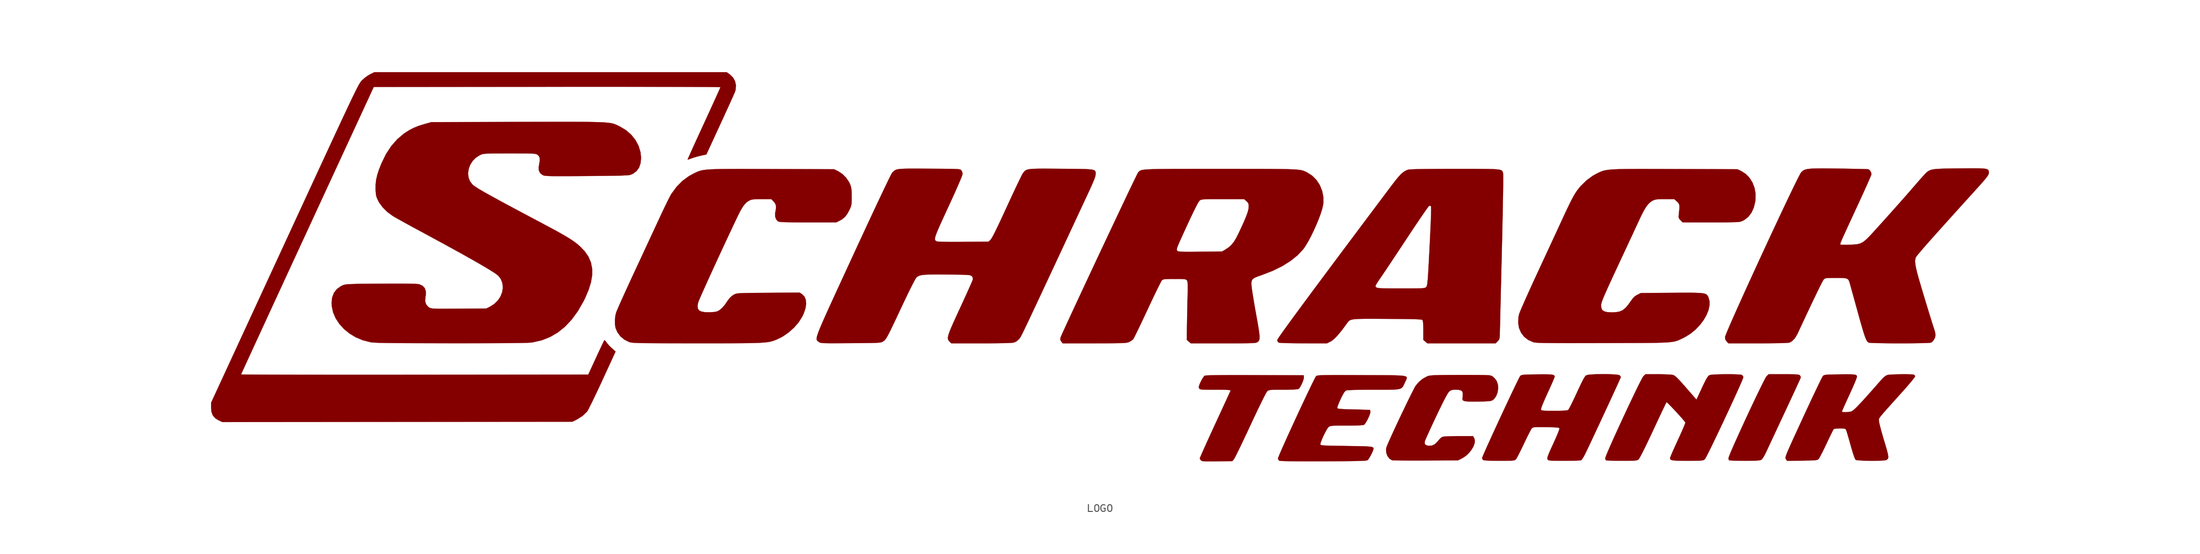
<source format=kicad_sym>
(kicad_symbol_lib
  (version 20231120)
  (generator "kicad_symbol_editor")
  (generator_version "8.0")
  (symbol "LOGO"
    (pin_names
      (offset 1.016))
    (property "Reference" "#G"
      (at 0 24.257 0)
      (effects (font (size 1.27 1.27)) (hide yes)))
    (symbol "LOGO_0_0"
      (polyline (pts (xy 77.974 -23.367) (xy 78.495 -23.363) (xy 78.885 -23.353) (xy 79.165 -23.337) (xy 79.358 -23.311) (xy 79.488 -23.276) (xy 79.577 -23.23) (xy 79.617 -23.195) (xy 79.758 -23.01) (xy 79.927 -22.732) (xy 80.093 -22.404) (xy 80.117 -22.353) (xy 80.236 -22.097) (xy 80.416 -21.711) (xy 80.649 -21.212) (xy 80.927 -20.617) (xy 81.241 -19.944) (xy 81.584 -19.21) (xy 81.947 -18.433) (xy 82.323 -17.63) (xy 82.488 -17.276) (xy 82.844 -16.512) (xy 83.177 -15.797) (xy 83.478 -15.147) (xy 83.742 -14.577) (xy 83.961 -14.101) (xy 84.129 -13.733) (xy 84.239 -13.489) (xy 84.283 -13.384) (xy 84.29 -13.271) (xy 84.198 -13.09) (xy 84.154 -13.056) (xy 84.058 -13.018) (xy 83.903 -12.991) (xy 83.667 -12.973) (xy 83.327 -12.961) (xy 82.862 -12.956) (xy 82.249 -12.954) (xy 80.436 -12.954) (xy 80.187 -13.187) (xy 80.139 -13.253) (xy 80.016 -13.468) (xy 79.838 -13.809) (xy 79.611 -14.26) (xy 79.344 -14.804) (xy 79.043 -15.425) (xy 78.718 -16.106) (xy 78.374 -16.832) (xy 78.021 -17.585) (xy 77.665 -18.35) (xy 77.315 -19.11) (xy 76.977 -19.849) (xy 76.659 -20.55) (xy 76.369 -21.196) (xy 76.115 -21.772) (xy 75.904 -22.262) (xy 75.745 -22.647) (xy 75.643 -22.913) (xy 75.607 -23.044) (xy 75.62 -23.191) (xy 75.664 -23.311) (xy 75.683 -23.318) (xy 75.838 -23.334) (xy 76.129 -23.348) (xy 76.527 -23.358) (xy 77.01 -23.365) (xy 77.55 -23.368) (xy 77.974 -23.367)) (stroke (width 0.01) (type default)) (fill (type outline)))
      (polyline (pts (xy 13.505 -23.443) (xy 14.115 -23.436) (xy 15.932 -23.41) (xy 16.116 -23.196) (xy 16.126 -23.183) (xy 16.211 -23.035) (xy 16.358 -22.752) (xy 16.558 -22.349) (xy 16.806 -21.843) (xy 17.092 -21.248) (xy 17.409 -20.581) (xy 17.75 -19.856) (xy 18.108 -19.09) (xy 18.43 -18.398) (xy 18.803 -17.608) (xy 19.142 -16.9) (xy 19.442 -16.285) (xy 19.695 -15.776) (xy 19.897 -15.386) (xy 20.042 -15.125) (xy 20.122 -15.007) (xy 20.159 -14.974) (xy 20.238 -14.918) (xy 20.338 -14.876) (xy 20.484 -14.848) (xy 20.701 -14.831) (xy 21.014 -14.821) (xy 21.446 -14.817) (xy 22.024 -14.817) (xy 22.436 -14.815) (xy 22.996 -14.804) (xy 23.435 -14.785) (xy 23.738 -14.759) (xy 23.888 -14.726) (xy 23.988 -14.632) (xy 24.137 -14.407) (xy 24.29 -14.109) (xy 24.423 -13.791) (xy 24.513 -13.503) (xy 24.536 -13.297) (xy 24.511 -13.081) (xy 18.643 -13.059) (xy 18.604 -13.059) (xy 17.327 -13.055) (xy 16.214 -13.055) (xy 15.261 -13.056) (xy 14.461 -13.061) (xy 13.811 -13.069) (xy 13.305 -13.079) (xy 12.939 -13.093) (xy 12.706 -13.11) (xy 12.603 -13.13) (xy 12.582 -13.144) (xy 12.454 -13.291) (xy 12.296 -13.539) (xy 12.136 -13.844) (xy 12.002 -14.138) (xy 11.918 -14.368) (xy 11.899 -14.523) (xy 11.935 -14.641) (xy 11.965 -14.69) (xy 12.018 -14.736) (xy 12.108 -14.768) (xy 12.259 -14.791) (xy 12.491 -14.805) (xy 12.827 -14.813) (xy 13.288 -14.816) (xy 13.897 -14.817) (xy 13.996 -14.817) (xy 14.606 -14.819) (xy 15.065 -14.827) (xy 15.39 -14.84) (xy 15.597 -14.859) (xy 15.702 -14.887) (xy 15.723 -14.922) (xy 15.717 -14.937) (xy 15.653 -15.078) (xy 15.527 -15.353) (xy 15.345 -15.748) (xy 15.116 -16.247) (xy 14.845 -16.835) (xy 14.539 -17.499) (xy 14.206 -18.222) (xy 13.851 -18.991) (xy 13.736 -19.24) (xy 13.389 -19.996) (xy 13.067 -20.703) (xy 12.775 -21.345) (xy 12.522 -21.908) (xy 12.314 -22.377) (xy 12.156 -22.736) (xy 12.057 -22.973) (xy 12.023 -23.07) (xy 12.05 -23.167) (xy 12.16 -23.324) (xy 12.216 -23.366) (xy 12.313 -23.401) (xy 12.468 -23.425) (xy 12.704 -23.439) (xy 13.042 -23.445) (xy 13.505 -23.443)) (stroke (width 0.01) (type default)) (fill (type outline)))
      (polyline (pts (xy 38.359 -23.344) (xy 39.158 -23.342) (xy 43.053 -23.326) (xy 43.531 -23.091) (xy 43.596 -23.058) (xy 44.011 -22.784) (xy 44.383 -22.44) (xy 44.693 -22.053) (xy 44.928 -21.65) (xy 45.069 -21.258) (xy 45.101 -20.904) (xy 45.008 -20.616) (xy 44.869 -20.405) (xy 43.114 -20.406) (xy 42.576 -20.409) (xy 42.005 -20.42) (xy 41.585 -20.441) (xy 41.304 -20.471) (xy 41.152 -20.512) (xy 41.055 -20.578) (xy 40.856 -20.764) (xy 40.657 -20.998) (xy 40.61 -21.058) (xy 40.275 -21.383) (xy 39.913 -21.548) (xy 39.507 -21.562) (xy 39.458 -21.555) (xy 39.192 -21.471) (xy 39.068 -21.317) (xy 39.067 -21.072) (xy 39.108 -20.955) (xy 39.215 -20.701) (xy 39.377 -20.331) (xy 39.589 -19.864) (xy 39.839 -19.318) (xy 40.121 -18.713) (xy 40.425 -18.066) (xy 40.476 -17.959) (xy 40.88 -17.115) (xy 41.22 -16.421) (xy 41.5 -15.873) (xy 41.721 -15.464) (xy 41.886 -15.192) (xy 41.997 -15.05) (xy 42.139 -14.933) (xy 42.298 -14.858) (xy 42.512 -14.824) (xy 42.838 -14.817) (xy 43.131 -14.827) (xy 43.423 -14.89) (xy 43.589 -15.03) (xy 43.651 -15.271) (xy 43.633 -15.636) (xy 43.609 -15.87) (xy 43.618 -16.027) (xy 43.684 -16.112) (xy 43.825 -16.175) (xy 43.838 -16.18) (xy 44.051 -16.215) (xy 44.417 -16.238) (xy 44.922 -16.247) (xy 45.551 -16.241) (xy 45.637 -16.239) (xy 46.165 -16.227) (xy 46.554 -16.211) (xy 46.832 -16.189) (xy 47.026 -16.157) (xy 47.163 -16.112) (xy 47.27 -16.052) (xy 47.415 -15.932) (xy 47.661 -15.588) (xy 47.826 -15.158) (xy 47.9 -14.686) (xy 47.873 -14.218) (xy 47.737 -13.801) (xy 47.674 -13.692) (xy 47.469 -13.425) (xy 47.253 -13.23) (xy 47.24 -13.222) (xy 47.168 -13.176) (xy 47.09 -13.139) (xy 46.99 -13.109) (xy 46.851 -13.086) (xy 46.658 -13.069) (xy 46.394 -13.056) (xy 46.043 -13.047) (xy 45.588 -13.042) (xy 45.012 -13.04) (xy 44.3 -13.039) (xy 43.435 -13.039) (xy 43.163 -13.039) (xy 42.284 -13.041) (xy 41.556 -13.045) (xy 40.963 -13.053) (xy 40.49 -13.065) (xy 40.124 -13.08) (xy 39.849 -13.101) (xy 39.65 -13.126) (xy 39.513 -13.157) (xy 39.317 -13.228) (xy 38.826 -13.501) (xy 38.365 -13.882) (xy 37.987 -14.329) (xy 37.965 -14.364) (xy 37.842 -14.581) (xy 37.663 -14.924) (xy 37.436 -15.373) (xy 37.172 -15.907) (xy 36.879 -16.508) (xy 36.568 -17.155) (xy 36.246 -17.829) (xy 35.924 -18.509) (xy 35.611 -19.177) (xy 35.317 -19.811) (xy 35.051 -20.393) (xy 34.822 -20.902) (xy 34.639 -21.318) (xy 34.513 -21.623) (xy 34.452 -21.795) (xy 34.421 -21.969) (xy 34.441 -22.392) (xy 34.58 -22.785) (xy 34.818 -23.105) (xy 35.137 -23.31) (xy 35.219 -23.318) (xy 35.458 -23.326) (xy 35.834 -23.333) (xy 36.329 -23.339) (xy 36.927 -23.342) (xy 37.609 -23.344) (xy 38.359 -23.344)) (stroke (width 0.01) (type default)) (fill (type outline)))
      (polyline (pts (xy 71.247 -23.367) (xy 71.721 -23.364) (xy 72.07 -23.357) (xy 72.318 -23.343) (xy 72.488 -23.32) (xy 72.603 -23.286) (xy 72.686 -23.239) (xy 72.76 -23.177) (xy 72.82 -23.089) (xy 72.947 -22.858) (xy 73.13 -22.505) (xy 73.36 -22.044) (xy 73.63 -21.492) (xy 73.933 -20.865) (xy 74.262 -20.181) (xy 74.607 -19.454) (xy 74.963 -18.701) (xy 75.32 -17.939) (xy 75.673 -17.183) (xy 76.012 -16.449) (xy 76.331 -15.755) (xy 76.621 -15.116) (xy 76.876 -14.548) (xy 77.088 -14.067) (xy 77.248 -13.691) (xy 77.35 -13.434) (xy 77.385 -13.314) (xy 77.355 -13.19) (xy 77.222 -13.042) (xy 77.157 -13.022) (xy 76.928 -12.993) (xy 76.58 -12.972) (xy 76.143 -12.959) (xy 75.652 -12.952) (xy 75.136 -12.953) (xy 74.629 -12.962) (xy 74.162 -12.977) (xy 73.767 -12.998) (xy 73.476 -13.027) (xy 73.321 -13.062) (xy 73.235 -13.118) (xy 73.134 -13.223) (xy 73.018 -13.39) (xy 72.877 -13.639) (xy 72.7 -13.986) (xy 72.477 -14.452) (xy 72.196 -15.055) (xy 71.755 -16.013) (xy 70.499 -14.57) (xy 70.298 -14.34) (xy 69.912 -13.905) (xy 69.612 -13.579) (xy 69.379 -13.345) (xy 69.199 -13.188) (xy 69.056 -13.091) (xy 68.933 -13.041) (xy 68.8 -13.019) (xy 68.507 -12.993) (xy 68.106 -12.973) (xy 67.632 -12.959) (xy 67.121 -12.954) (xy 65.619 -12.954) (xy 65.371 -13.187) (xy 65.322 -13.253) (xy 65.199 -13.468) (xy 65.021 -13.809) (xy 64.794 -14.26) (xy 64.527 -14.804) (xy 64.227 -15.425) (xy 63.901 -16.106) (xy 63.558 -16.832) (xy 63.205 -17.585) (xy 62.849 -18.35) (xy 62.498 -19.11) (xy 62.16 -19.849) (xy 61.842 -20.55) (xy 61.553 -21.196) (xy 61.299 -21.772) (xy 61.088 -22.262) (xy 60.928 -22.647) (xy 60.826 -22.913) (xy 60.791 -23.044) (xy 60.804 -23.191) (xy 60.847 -23.311) (xy 60.868 -23.318) (xy 61.026 -23.334) (xy 61.319 -23.348) (xy 61.72 -23.358) (xy 62.205 -23.366) (xy 62.747 -23.368) (xy 63.268 -23.368) (xy 63.748 -23.365) (xy 64.103 -23.358) (xy 64.354 -23.344) (xy 64.527 -23.321) (xy 64.643 -23.287) (xy 64.728 -23.24) (xy 64.803 -23.177) (xy 64.89 -23.055) (xy 65.041 -22.788) (xy 65.25 -22.388) (xy 65.511 -21.867) (xy 65.818 -21.235) (xy 66.166 -20.504) (xy 66.55 -19.685) (xy 66.748 -19.261) (xy 67.062 -18.589) (xy 67.351 -17.974) (xy 67.606 -17.432) (xy 67.822 -16.979) (xy 67.989 -16.632) (xy 68.1 -16.406) (xy 68.148 -16.318) (xy 68.173 -16.327) (xy 68.293 -16.428) (xy 68.493 -16.623) (xy 68.751 -16.886) (xy 69.046 -17.196) (xy 69.357 -17.531) (xy 69.663 -17.866) (xy 69.943 -18.18) (xy 70.176 -18.45) (xy 70.341 -18.653) (xy 70.416 -18.766) (xy 70.396 -18.854) (xy 70.312 -19.077) (xy 70.173 -19.413) (xy 69.988 -19.838) (xy 69.766 -20.334) (xy 69.517 -20.877) (xy 69.285 -21.379) (xy 69.057 -21.884) (xy 68.862 -22.324) (xy 68.712 -22.675) (xy 68.615 -22.918) (xy 68.58 -23.029) (xy 68.589 -23.128) (xy 68.631 -23.211) (xy 68.726 -23.272) (xy 68.892 -23.315) (xy 69.15 -23.343) (xy 69.519 -23.359) (xy 70.018 -23.366) (xy 70.666 -23.368) (xy 71.247 -23.367)) (stroke (width 0.01) (type default)) (fill (type outline)))
      (polyline (pts (xy 26.89 -23.43) (xy 27.081 -23.43) (xy 28.142 -23.425) (xy 29.048 -23.419) (xy 29.811 -23.413) (xy 30.443 -23.405) (xy 30.956 -23.396) (xy 31.361 -23.385) (xy 31.672 -23.371) (xy 31.901 -23.355) (xy 32.058 -23.336) (xy 32.157 -23.314) (xy 32.21 -23.288) (xy 32.214 -23.285) (xy 32.331 -23.138) (xy 32.484 -22.89) (xy 32.645 -22.592) (xy 32.787 -22.297) (xy 32.88 -22.056) (xy 32.906 -21.965) (xy 32.917 -21.876) (xy 32.893 -21.804) (xy 32.82 -21.747) (xy 32.682 -21.703) (xy 32.465 -21.67) (xy 32.152 -21.645) (xy 31.731 -21.627) (xy 31.184 -21.613) (xy 30.499 -21.602) (xy 29.659 -21.59) (xy 29.054 -21.581) (xy 28.356 -21.571) (xy 27.801 -21.56) (xy 27.37 -21.547) (xy 27.049 -21.533) (xy 26.821 -21.516) (xy 26.67 -21.495) (xy 26.579 -21.469) (xy 26.534 -21.437) (xy 26.516 -21.398) (xy 26.521 -21.322) (xy 26.586 -21.1) (xy 26.705 -20.793) (xy 26.861 -20.44) (xy 27.035 -20.077) (xy 27.21 -19.745) (xy 27.367 -19.482) (xy 27.489 -19.325) (xy 27.496 -19.318) (xy 27.568 -19.259) (xy 27.65 -19.214) (xy 27.766 -19.181) (xy 27.939 -19.159) (xy 28.19 -19.145) (xy 28.543 -19.138) (xy 29.02 -19.135) (xy 29.644 -19.135) (xy 30.276 -19.131) (xy 30.858 -19.12) (xy 31.309 -19.101) (xy 31.614 -19.076) (xy 31.762 -19.044) (xy 31.833 -18.982) (xy 31.979 -18.783) (xy 32.142 -18.501) (xy 32.302 -18.18) (xy 32.435 -17.867) (xy 32.521 -17.605) (xy 32.536 -17.441) (xy 32.509 -17.34) (xy 32.481 -17.255) (xy 32.453 -17.251) (xy 32.283 -17.243) (xy 31.981 -17.232) (xy 31.572 -17.219) (xy 31.078 -17.205) (xy 30.523 -17.191) (xy 30.329 -17.187) (xy 29.745 -17.171) (xy 29.305 -17.155) (xy 28.987 -17.137) (xy 28.773 -17.114) (xy 28.642 -17.086) (xy 28.575 -17.05) (xy 28.55 -17.005) (xy 28.574 -16.878) (xy 28.659 -16.633) (xy 28.792 -16.307) (xy 28.959 -15.935) (xy 29.126 -15.59) (xy 29.318 -15.238) (xy 29.474 -15.018) (xy 29.603 -14.911) (xy 29.612 -14.908) (xy 29.775 -14.879) (xy 30.089 -14.857) (xy 30.559 -14.839) (xy 31.187 -14.826) (xy 31.978 -14.819) (xy 32.935 -14.817) (xy 33.574 -14.817) (xy 34.298 -14.818) (xy 34.883 -14.814) (xy 35.346 -14.801) (xy 35.704 -14.777) (xy 35.974 -14.735) (xy 36.173 -14.673) (xy 36.318 -14.585) (xy 36.427 -14.469) (xy 36.517 -14.319) (xy 36.604 -14.131) (xy 36.706 -13.902) (xy 36.727 -13.856) (xy 36.805 -13.699) (xy 36.87 -13.565) (xy 36.911 -13.451) (xy 36.918 -13.357) (xy 36.878 -13.28) (xy 36.781 -13.218) (xy 36.615 -13.17) (xy 36.369 -13.133) (xy 36.032 -13.107) (xy 35.594 -13.089) (xy 35.042 -13.077) (xy 34.365 -13.07) (xy 33.553 -13.066) (xy 32.593 -13.063) (xy 31.476 -13.059) (xy 30.654 -13.056) (xy 29.691 -13.053) (xy 28.875 -13.051) (xy 28.193 -13.051) (xy 27.632 -13.054) (xy 27.181 -13.059) (xy 26.826 -13.066) (xy 26.555 -13.077) (xy 26.354 -13.091) (xy 26.212 -13.108) (xy 26.114 -13.13) (xy 26.05 -13.156) (xy 26.005 -13.186) (xy 25.939 -13.288) (xy 25.811 -13.528) (xy 25.629 -13.89) (xy 25.4 -14.358) (xy 25.132 -14.916) (xy 24.831 -15.548) (xy 24.506 -16.237) (xy 24.164 -16.967) (xy 23.813 -17.722) (xy 23.459 -18.486) (xy 23.111 -19.243) (xy 22.776 -19.977) (xy 22.461 -20.67) (xy 22.175 -21.308) (xy 21.923 -21.874) (xy 21.715 -22.352) (xy 21.556 -22.726) (xy 21.456 -22.979) (xy 21.421 -23.095) (xy 21.447 -23.212) (xy 21.569 -23.363) (xy 21.64 -23.378) (xy 21.883 -23.396) (xy 22.296 -23.411) (xy 22.877 -23.422) (xy 23.626 -23.43) (xy 24.545 -23.433) (xy 25.633 -23.434) (xy 26.89 -23.43)) (stroke (width 0.01) (type default)) (fill (type outline)))
      (polyline (pts (xy -84.497 -18.69) (xy -63.458 -18.669) (xy -62.992 -18.448) (xy -62.893 -18.399) (xy -62.224 -17.976) (xy -61.677 -17.453) (xy -61.622 -17.369) (xy -61.493 -17.134) (xy -61.309 -16.774) (xy -61.078 -16.307) (xy -60.808 -15.749) (xy -60.507 -15.117) (xy -60.183 -14.429) (xy -59.846 -13.701) (xy -58.245 -10.22) (xy -58.707 -9.808) (xy -58.957 -9.568) (xy -59.195 -9.307) (xy -59.355 -9.096) (xy -59.404 -9.021) (xy -59.521 -8.88) (xy -59.592 -8.849) (xy -59.638 -8.933) (xy -59.746 -9.151) (xy -59.904 -9.482) (xy -60.104 -9.906) (xy -60.335 -10.402) (xy -60.588 -10.949) (xy -61.531 -12.996) (xy -82.412 -13.018) (xy -82.878 -13.018) (xy -84.736 -13.02) (xy -86.547 -13.021) (xy -88.304 -13.021) (xy -90 -13.021) (xy -91.628 -13.021) (xy -93.18 -13.019) (xy -94.649 -13.018) (xy -96.029 -13.016) (xy -97.311 -13.014) (xy -98.489 -13.011) (xy -99.555 -13.008) (xy -100.503 -13.004) (xy -101.324 -13) (xy -102.012 -12.996) (xy -102.56 -12.991) (xy -102.96 -12.986) (xy -103.205 -12.981) (xy -103.288 -12.975) (xy -103.282 -12.96) (xy -103.218 -12.817) (xy -103.088 -12.53) (xy -102.894 -12.106) (xy -102.64 -11.552) (xy -102.329 -10.875) (xy -101.965 -10.081) (xy -101.549 -9.178) (xy -101.086 -8.172) (xy -100.579 -7.07) (xy -100.031 -5.88) (xy -99.445 -4.607) (xy -98.823 -3.26) (xy -98.171 -1.845) (xy -97.49 -0.368) (xy -96.783 1.163) (xy -96.055 2.741) (xy -95.307 4.36) (xy -87.332 21.632) (xy -66.484 21.654) (xy -66.046 21.654) (xy -64.189 21.656) (xy -62.379 21.657) (xy -60.622 21.657) (xy -58.926 21.657) (xy -57.299 21.656) (xy -55.747 21.655) (xy -54.278 21.653) (xy -52.898 21.651) (xy -51.616 21.648) (xy -50.438 21.645) (xy -49.371 21.641) (xy -48.423 21.637) (xy -47.602 21.633) (xy -46.913 21.628) (xy -46.365 21.623) (xy -45.964 21.617) (xy -45.719 21.612) (xy -45.635 21.605) (xy -45.652 21.561) (xy -45.731 21.376) (xy -45.871 21.061) (xy -46.065 20.63) (xy -46.306 20.097) (xy -46.589 19.476) (xy -46.906 18.782) (xy -47.252 18.027) (xy -47.62 17.226) (xy -47.878 16.666) (xy -48.23 15.899) (xy -48.555 15.188) (xy -48.846 14.548) (xy -49.097 13.992) (xy -49.302 13.534) (xy -49.455 13.189) (xy -49.549 12.97) (xy -49.579 12.89) (xy -49.526 12.895) (xy -49.353 12.948) (xy -49.107 13.039) (xy -49.097 13.043) (xy -48.781 13.15) (xy -48.386 13.264) (xy -47.993 13.361) (xy -47.324 13.507) (xy -45.649 17.146) (xy -45.332 17.836) (xy -45.008 18.544) (xy -44.709 19.198) (xy -44.445 19.781) (xy -44.221 20.277) (xy -44.047 20.668) (xy -43.928 20.939) (xy -43.873 21.073) (xy -43.814 21.277) (xy -43.766 21.816) (xy -43.874 22.326) (xy -44.129 22.78) (xy -44.522 23.153) (xy -44.888 23.41) (xy -66.069 23.41) (xy -87.249 23.41) (xy -87.757 23.162) (xy -88.037 22.999) (xy -88.405 22.732) (xy -88.731 22.442) (xy -88.734 22.439) (xy -88.784 22.387) (xy -88.834 22.331) (xy -88.887 22.266) (xy -88.945 22.185) (xy -89.011 22.083) (xy -89.088 21.954) (xy -89.178 21.792) (xy -89.285 21.591) (xy -89.41 21.346) (xy -89.558 21.051) (xy -89.73 20.701) (xy -89.93 20.288) (xy -90.159 19.809) (xy -90.421 19.256) (xy -90.718 18.624) (xy -91.054 17.908) (xy -91.43 17.101) (xy -91.85 16.198) (xy -92.317 15.193) (xy -92.832 14.081) (xy -93.399 12.855) (xy -94.021 11.509) (xy -94.7 10.039) (xy -95.439 8.438) (xy -96.241 6.701) (xy -97.109 4.822) (xy -98.044 2.794) (xy -106.892 -16.383) (xy -106.892 -16.982) (xy -106.847 -17.476) (xy -106.688 -17.906) (xy -106.402 -18.243) (xy -105.976 -18.506) (xy -105.537 -18.71) (xy -84.497 -18.69)) (stroke (width 0.01) (type default)) (fill (type outline)))
      (polyline (pts (xy 84.459 -23.353) (xy 84.704 -23.349) (xy 85.249 -23.339) (xy 85.656 -23.327) (xy 85.949 -23.31) (xy 86.15 -23.287) (xy 86.284 -23.256) (xy 86.372 -23.213) (xy 86.439 -23.156) (xy 86.459 -23.132) (xy 86.564 -22.963) (xy 86.721 -22.674) (xy 86.919 -22.289) (xy 87.143 -21.835) (xy 87.38 -21.336) (xy 87.463 -21.16) (xy 87.69 -20.681) (xy 87.893 -20.26) (xy 88.061 -19.919) (xy 88.181 -19.685) (xy 88.241 -19.579) (xy 88.333 -19.53) (xy 88.593 -19.488) (xy 88.997 -19.473) (xy 89.151 -19.474) (xy 89.433 -19.483) (xy 89.601 -19.511) (xy 89.694 -19.568) (xy 89.752 -19.664) (xy 89.757 -19.675) (xy 89.811 -19.835) (xy 89.9 -20.126) (xy 90.016 -20.52) (xy 90.15 -20.988) (xy 90.294 -21.502) (xy 90.376 -21.794) (xy 90.553 -22.391) (xy 90.701 -22.838) (xy 90.817 -23.129) (xy 90.9 -23.259) (xy 90.935 -23.274) (xy 91.128 -23.308) (xy 91.444 -23.334) (xy 91.852 -23.354) (xy 92.32 -23.367) (xy 92.815 -23.372) (xy 93.306 -23.37) (xy 93.759 -23.36) (xy 94.144 -23.342) (xy 94.427 -23.316) (xy 94.576 -23.281) (xy 94.639 -23.246) (xy 94.735 -23.172) (xy 94.797 -23.076) (xy 94.821 -22.936) (xy 94.806 -22.734) (xy 94.749 -22.449) (xy 94.648 -22.062) (xy 94.501 -21.553) (xy 94.306 -20.903) (xy 94.196 -20.536) (xy 94.038 -19.984) (xy 93.901 -19.485) (xy 93.794 -19.066) (xy 93.723 -18.753) (xy 93.695 -18.575) (xy 93.695 -18.562) (xy 93.689 -18.485) (xy 93.686 -18.419) (xy 93.695 -18.353) (xy 93.725 -18.274) (xy 93.786 -18.171) (xy 93.885 -18.034) (xy 94.034 -17.85) (xy 94.24 -17.608) (xy 94.513 -17.297) (xy 94.862 -16.905) (xy 95.296 -16.421) (xy 95.825 -15.833) (xy 96.457 -15.131) (xy 96.508 -15.074) (xy 96.916 -14.612) (xy 97.284 -14.188) (xy 97.594 -13.818) (xy 97.835 -13.52) (xy 97.989 -13.312) (xy 98.044 -13.211) (xy 98.025 -13.123) (xy 97.91 -13.005) (xy 97.889 -12.999) (xy 97.703 -12.977) (xy 97.393 -12.963) (xy 96.993 -12.955) (xy 96.54 -12.955) (xy 96.07 -12.961) (xy 95.617 -12.973) (xy 95.219 -12.991) (xy 94.91 -13.014) (xy 94.728 -13.041) (xy 94.673 -13.059) (xy 94.455 -13.178) (xy 94.2 -13.398) (xy 93.882 -13.739) (xy 93.219 -14.495) (xy 92.608 -15.185) (xy 92.091 -15.764) (xy 91.658 -16.24) (xy 91.301 -16.622) (xy 91.011 -16.92) (xy 90.78 -17.141) (xy 90.6 -17.295) (xy 90.461 -17.391) (xy 90.355 -17.438) (xy 90.324 -17.447) (xy 90.062 -17.494) (xy 89.775 -17.519) (xy 89.509 -17.521) (xy 89.314 -17.5) (xy 89.239 -17.453) (xy 89.268 -17.371) (xy 89.361 -17.153) (xy 89.507 -16.823) (xy 89.697 -16.401) (xy 89.921 -15.907) (xy 90.171 -15.364) (xy 90.279 -15.13) (xy 90.56 -14.505) (xy 90.783 -13.988) (xy 90.942 -13.59) (xy 91.034 -13.322) (xy 91.055 -13.194) (xy 91.027 -13.13) (xy 90.966 -13.066) (xy 90.856 -13.019) (xy 90.677 -12.987) (xy 90.41 -12.968) (xy 90.035 -12.961) (xy 89.53 -12.962) (xy 88.876 -12.97) (xy 88.724 -12.973) (xy 88.169 -12.982) (xy 87.755 -12.994) (xy 87.457 -13.01) (xy 87.252 -13.033) (xy 87.117 -13.065) (xy 87.028 -13.108) (xy 86.962 -13.166) (xy 86.957 -13.172) (xy 86.883 -13.298) (xy 86.747 -13.563) (xy 86.554 -13.952) (xy 86.312 -14.453) (xy 86.026 -15.051) (xy 85.703 -15.732) (xy 85.351 -16.484) (xy 84.974 -17.292) (xy 84.581 -18.143) (xy 84.35 -18.644) (xy 83.932 -19.551) (xy 83.578 -20.322) (xy 83.283 -20.968) (xy 83.043 -21.502) (xy 82.851 -21.934) (xy 82.703 -22.277) (xy 82.595 -22.543) (xy 82.522 -22.743) (xy 82.479 -22.889) (xy 82.46 -22.992) (xy 82.462 -23.065) (xy 82.478 -23.119) (xy 82.506 -23.165) (xy 82.646 -23.38) (xy 84.459 -23.353)) (stroke (width 0.01) (type default)) (fill (type outline)))
      (polyline (pts (xy 56.09 -23.367) (xy 56.626 -23.363) (xy 57.098 -23.355) (xy 57.48 -23.344) (xy 57.745 -23.33) (xy 57.867 -23.315) (xy 57.894 -23.297) (xy 58.012 -23.158) (xy 58.166 -22.918) (xy 58.33 -22.616) (xy 58.419 -22.436) (xy 58.582 -22.098) (xy 58.793 -21.654) (xy 59.045 -21.121) (xy 59.33 -20.514) (xy 59.641 -19.85) (xy 59.971 -19.144) (xy 60.311 -18.413) (xy 60.654 -17.674) (xy 60.994 -16.942) (xy 61.321 -16.234) (xy 61.63 -15.566) (xy 61.911 -14.954) (xy 62.158 -14.414) (xy 62.364 -13.963) (xy 62.52 -13.616) (xy 62.619 -13.39) (xy 62.653 -13.301) (xy 62.627 -13.227) (xy 62.52 -13.087) (xy 62.433 -13.049) (xy 62.192 -13.008) (xy 61.836 -12.977) (xy 61.395 -12.955) (xy 60.9 -12.943) (xy 60.382 -12.941) (xy 59.872 -12.948) (xy 59.399 -12.965) (xy 58.994 -12.992) (xy 58.688 -13.03) (xy 58.512 -13.077) (xy 58.43 -13.136) (xy 58.334 -13.248) (xy 58.218 -13.427) (xy 58.073 -13.692) (xy 57.89 -14.059) (xy 57.658 -14.547) (xy 57.369 -15.172) (xy 57.158 -15.627) (xy 56.919 -16.129) (xy 56.705 -16.565) (xy 56.527 -16.911) (xy 56.397 -17.147) (xy 56.325 -17.251) (xy 56.253 -17.282) (xy 56.054 -17.316) (xy 55.729 -17.339) (xy 55.263 -17.352) (xy 54.642 -17.357) (xy 54.211 -17.356) (xy 53.775 -17.352) (xy 53.467 -17.342) (xy 53.264 -17.325) (xy 53.142 -17.297) (xy 53.078 -17.257) (xy 53.048 -17.203) (xy 53.047 -17.194) (xy 53.076 -17.046) (xy 53.176 -16.761) (xy 53.341 -16.352) (xy 53.566 -15.831) (xy 53.847 -15.212) (xy 54.003 -14.871) (xy 54.226 -14.379) (xy 54.416 -13.949) (xy 54.564 -13.604) (xy 54.66 -13.366) (xy 54.695 -13.26) (xy 54.688 -13.187) (xy 54.647 -13.105) (xy 54.551 -13.044) (xy 54.382 -13.003) (xy 54.12 -12.977) (xy 53.746 -12.965) (xy 53.242 -12.963) (xy 52.587 -12.97) (xy 52.251 -12.975) (xy 51.718 -12.985) (xy 51.319 -12.997) (xy 51.032 -13.013) (xy 50.835 -13.036) (xy 50.705 -13.068) (xy 50.618 -13.11) (xy 50.553 -13.166) (xy 50.552 -13.168) (xy 50.485 -13.279) (xy 50.357 -13.527) (xy 50.175 -13.895) (xy 49.946 -14.368) (xy 49.678 -14.928) (xy 49.378 -15.561) (xy 49.053 -16.25) (xy 48.712 -16.979) (xy 48.361 -17.731) (xy 48.008 -18.491) (xy 47.661 -19.243) (xy 47.327 -19.971) (xy 47.013 -20.658) (xy 46.726 -21.289) (xy 46.475 -21.847) (xy 46.267 -22.316) (xy 46.109 -22.681) (xy 46.009 -22.925) (xy 45.974 -23.032) (xy 45.985 -23.102) (xy 46.076 -23.266) (xy 46.089 -23.276) (xy 46.212 -23.311) (xy 46.455 -23.337) (xy 46.831 -23.355) (xy 47.352 -23.365) (xy 48.029 -23.368) (xy 48.597 -23.367) (xy 49.066 -23.365) (xy 49.41 -23.357) (xy 49.651 -23.343) (xy 49.813 -23.32) (xy 49.918 -23.287) (xy 49.989 -23.24) (xy 50.049 -23.177) (xy 50.071 -23.148) (xy 50.177 -22.969) (xy 50.336 -22.671) (xy 50.535 -22.279) (xy 50.762 -21.819) (xy 51.002 -21.316) (xy 51.087 -21.136) (xy 51.323 -20.647) (xy 51.539 -20.211) (xy 51.723 -19.853) (xy 51.862 -19.599) (xy 51.944 -19.473) (xy 51.946 -19.47) (xy 52.01 -19.41) (xy 52.093 -19.367) (xy 52.22 -19.338) (xy 52.417 -19.321) (xy 52.707 -19.315) (xy 53.117 -19.316) (xy 53.671 -19.323) (xy 54.078 -19.33) (xy 54.528 -19.34) (xy 54.847 -19.354) (xy 55.058 -19.374) (xy 55.184 -19.403) (xy 55.248 -19.442) (xy 55.271 -19.495) (xy 55.269 -19.525) (xy 55.217 -19.697) (xy 55.107 -19.987) (xy 54.948 -20.372) (xy 54.75 -20.827) (xy 54.523 -21.327) (xy 54.313 -21.785) (xy 54.108 -22.242) (xy 53.964 -22.582) (xy 53.873 -22.827) (xy 53.827 -22.996) (xy 53.819 -23.11) (xy 53.843 -23.189) (xy 53.878 -23.245) (xy 53.932 -23.289) (xy 54.025 -23.321) (xy 54.178 -23.343) (xy 54.414 -23.357) (xy 54.754 -23.364) (xy 55.22 -23.367) (xy 55.834 -23.368) (xy 56.09 -23.367)) (stroke (width 0.01) (type default)) (fill (type outline)))
      (polyline (pts (xy 47.843 -8.981) (xy 47.981 -8.822) (xy 48.07 -8.615) (xy 48.096 -8.325) (xy 48.096 -8.309) (xy 48.1 -8.137) (xy 48.107 -7.809) (xy 48.118 -7.337) (xy 48.133 -6.732) (xy 48.15 -6.006) (xy 48.17 -5.17) (xy 48.193 -4.235) (xy 48.218 -3.212) (xy 48.245 -2.114) (xy 48.273 -0.951) (xy 48.303 0.266) (xy 48.334 1.524) (xy 48.358 2.501) (xy 48.389 3.833) (xy 48.417 5.084) (xy 48.441 6.245) (xy 48.462 7.307) (xy 48.48 8.262) (xy 48.493 9.1) (xy 48.502 9.813) (xy 48.507 10.392) (xy 48.507 10.828) (xy 48.504 11.113) (xy 48.495 11.237) (xy 48.475 11.317) (xy 48.449 11.411) (xy 48.413 11.491) (xy 48.354 11.558) (xy 48.261 11.613) (xy 48.12 11.658) (xy 47.921 11.693) (xy 47.65 11.72) (xy 47.295 11.74) (xy 46.845 11.753) (xy 46.287 11.762) (xy 45.608 11.767) (xy 44.796 11.768) (xy 43.84 11.769) (xy 42.727 11.769) (xy 41.621 11.768) (xy 40.48 11.764) (xy 39.505 11.757) (xy 38.697 11.747) (xy 38.053 11.734) (xy 37.571 11.718) (xy 37.252 11.699) (xy 37.093 11.677) (xy 36.947 11.627) (xy 36.693 11.509) (xy 36.443 11.339) (xy 36.177 11.098) (xy 35.877 10.77) (xy 35.522 10.336) (xy 35.094 9.777) (xy 35.073 9.749) (xy 33.476 7.621) (xy 31.982 5.627) (xy 30.588 3.765) (xy 29.295 2.036) (xy 28.102 0.438) (xy 27.008 -1.03) (xy 26.032 -2.342) (xy 33.153 -2.342) (xy 33.181 -2.242) (xy 33.262 -2.089) (xy 33.406 -1.861) (xy 33.624 -1.536) (xy 33.927 -1.092) (xy 33.949 -1.061) (xy 34.14 -0.778) (xy 34.411 -0.374) (xy 34.749 0.133) (xy 35.142 0.723) (xy 35.578 1.381) (xy 36.046 2.086) (xy 36.532 2.822) (xy 37.026 3.57) (xy 37.207 3.844) (xy 37.67 4.54) (xy 38.104 5.188) (xy 38.501 5.775) (xy 38.851 6.287) (xy 39.145 6.711) (xy 39.374 7.033) (xy 39.529 7.24) (xy 39.601 7.319) (xy 39.678 7.335) (xy 39.817 7.291) (xy 39.833 7.208) (xy 39.839 6.961) (xy 39.835 6.558) (xy 39.82 6.008) (xy 39.795 5.317) (xy 39.759 4.492) (xy 39.714 3.542) (xy 39.666 2.606) (xy 39.616 1.603) (xy 39.571 0.747) (xy 39.532 0.026) (xy 39.498 -0.573) (xy 39.468 -1.061) (xy 39.44 -1.451) (xy 39.414 -1.756) (xy 39.389 -1.986) (xy 39.363 -2.155) (xy 39.337 -2.274) (xy 39.308 -2.356) (xy 39.276 -2.413) (xy 39.241 -2.458) (xy 39.212 -2.487) (xy 39.157 -2.526) (xy 39.074 -2.557) (xy 38.945 -2.581) (xy 38.753 -2.598) (xy 38.481 -2.611) (xy 38.11 -2.618) (xy 37.623 -2.622) (xy 37.003 -2.624) (xy 36.23 -2.625) (xy 35.731 -2.624) (xy 35.043 -2.622) (xy 34.496 -2.618) (xy 34.074 -2.61) (xy 33.76 -2.597) (xy 33.536 -2.58) (xy 33.386 -2.557) (xy 33.292 -2.528) (xy 33.238 -2.492) (xy 33.214 -2.467) (xy 33.167 -2.41) (xy 33.153 -2.342) (xy 26.032 -2.342) (xy 26.012 -2.369) (xy 25.115 -3.579) (xy 24.315 -4.661) (xy 23.611 -5.617) (xy 23.004 -6.447) (xy 22.491 -7.152) (xy 22.074 -7.733) (xy 21.75 -8.191) (xy 21.52 -8.526) (xy 21.382 -8.74) (xy 21.336 -8.834) (xy 21.37 -8.993) (xy 21.484 -9.137) (xy 21.487 -9.139) (xy 21.623 -9.163) (xy 21.919 -9.184) (xy 22.362 -9.202) (xy 22.942 -9.214) (xy 23.649 -9.223) (xy 24.473 -9.226) (xy 27.314 -9.229) (xy 27.755 -9.009) (xy 27.894 -8.927) (xy 28.245 -8.637) (xy 28.663 -8.195) (xy 29.145 -7.603) (xy 29.689 -6.863) (xy 29.781 -6.733) (xy 29.868 -6.62) (xy 29.963 -6.527) (xy 30.081 -6.452) (xy 30.236 -6.393) (xy 30.443 -6.348) (xy 30.717 -6.315) (xy 31.072 -6.293) (xy 31.523 -6.281) (xy 32.084 -6.275) (xy 32.771 -6.275) (xy 33.597 -6.278) (xy 34.579 -6.284) (xy 35.499 -6.29) (xy 36.342 -6.298) (xy 37.038 -6.307) (xy 37.6 -6.318) (xy 38.038 -6.332) (xy 38.364 -6.348) (xy 38.591 -6.367) (xy 38.73 -6.389) (xy 38.792 -6.415) (xy 38.841 -6.529) (xy 38.875 -6.766) (xy 38.895 -7.142) (xy 38.902 -7.671) (xy 38.904 -8.819) (xy 39.142 -9.024) (xy 39.379 -9.229) (xy 43.488 -9.229) (xy 47.596 -9.229) (xy 47.843 -8.981)) (stroke (width 0.01) (type default)) (fill (type outline)))
      (polyline (pts (xy -45.931 -9.226) (xy -44.843 -9.224) (xy -43.893 -9.221) (xy -43.068 -9.216) (xy -42.357 -9.207) (xy -41.75 -9.196) (xy -41.235 -9.181) (xy -40.801 -9.162) (xy -40.437 -9.137) (xy -40.132 -9.108) (xy -39.875 -9.073) (xy -39.654 -9.032) (xy -39.459 -8.984) (xy -39.279 -8.928) (xy -39.101 -8.866) (xy -38.916 -8.794) (xy -38.886 -8.783) (xy -38.142 -8.412) (xy -37.424 -7.916) (xy -36.767 -7.327) (xy -36.209 -6.677) (xy -35.783 -5.997) (xy -35.621 -5.649) (xy -35.412 -5.035) (xy -35.327 -4.481) (xy -35.365 -4.001) (xy -35.527 -3.61) (xy -35.811 -3.322) (xy -36.105 -3.125) (xy -39.875 -3.15) (xy -40.259 -3.152) (xy -41.092 -3.158) (xy -41.778 -3.164) (xy -42.334 -3.172) (xy -42.775 -3.181) (xy -43.118 -3.192) (xy -43.378 -3.207) (xy -43.571 -3.227) (xy -43.714 -3.252) (xy -43.823 -3.282) (xy -43.913 -3.32) (xy -44.002 -3.365) (xy -44.124 -3.436) (xy -44.334 -3.592) (xy -44.542 -3.806) (xy -44.776 -4.108) (xy -45.062 -4.527) (xy -45.181 -4.689) (xy -45.442 -4.978) (xy -45.702 -5.201) (xy -45.854 -5.302) (xy -46.026 -5.386) (xy -46.226 -5.438) (xy -46.499 -5.468) (xy -46.895 -5.489) (xy -46.902 -5.489) (xy -47.479 -5.484) (xy -47.907 -5.414) (xy -48.196 -5.269) (xy -48.353 -5.043) (xy -48.389 -4.728) (xy -48.314 -4.316) (xy -48.309 -4.299) (xy -48.24 -4.12) (xy -48.107 -3.805) (xy -47.916 -3.368) (xy -47.675 -2.825) (xy -47.389 -2.189) (xy -47.066 -1.475) (xy -46.712 -0.698) (xy -46.334 0.128) (xy -45.938 0.988) (xy -45.532 1.868) (xy -45.121 2.753) (xy -44.712 3.629) (xy -44.313 4.48) (xy -43.929 5.294) (xy -43.568 6.054) (xy -43.506 6.183) (xy -43.208 6.765) (xy -42.94 7.212) (xy -42.686 7.545) (xy -42.43 7.789) (xy -42.154 7.964) (xy -42.131 7.975) (xy -41.97 8.041) (xy -41.779 8.085) (xy -41.523 8.111) (xy -41.167 8.124) (xy -40.677 8.128) (xy -39.522 8.128) (xy -39.234 7.84) (xy -39.062 7.626) (xy -38.959 7.353) (xy -38.951 7.012) (xy -39.03 6.562) (xy -39.058 6.401) (xy -39.047 6.02) (xy -38.935 5.694) (xy -38.737 5.47) (xy -38.705 5.452) (xy -38.621 5.421) (xy -38.496 5.396) (xy -38.313 5.376) (xy -38.057 5.36) (xy -37.711 5.349) (xy -37.26 5.342) (xy -36.687 5.337) (xy -35.977 5.335) (xy -35.114 5.334) (xy -31.699 5.334) (xy -31.261 5.552) (xy -30.945 5.737) (xy -30.637 6.007) (xy -30.368 6.368) (xy -30.107 6.858) (xy -30.037 7.008) (xy -29.947 7.226) (xy -29.891 7.431) (xy -29.861 7.668) (xy -29.849 7.984) (xy -29.847 8.424) (xy -29.85 8.769) (xy -29.865 9.148) (xy -29.898 9.436) (xy -29.955 9.679) (xy -30.042 9.923) (xy -30.157 10.171) (xy -30.513 10.7) (xy -30.968 11.155) (xy -31.479 11.489) (xy -31.962 11.726) (xy -39.497 11.75) (xy -40.126 11.752) (xy -41.41 11.756) (xy -42.541 11.759) (xy -43.531 11.76) (xy -44.391 11.758) (xy -45.131 11.754) (xy -45.764 11.745) (xy -46.3 11.732) (xy -46.751 11.714) (xy -47.129 11.69) (xy -47.443 11.66) (xy -47.707 11.623) (xy -47.931 11.578) (xy -48.126 11.525) (xy -48.303 11.463) (xy -48.475 11.391) (xy -48.652 11.309) (xy -48.846 11.216) (xy -49.41 10.909) (xy -50.202 10.329) (xy -50.911 9.61) (xy -51.548 8.743) (xy -51.6 8.655) (xy -51.74 8.393) (xy -51.933 8.011) (xy -52.168 7.533) (xy -52.434 6.98) (xy -52.721 6.374) (xy -53.018 5.738) (xy -53.265 5.206) (xy -53.599 4.486) (xy -53.98 3.666) (xy -54.393 2.774) (xy -54.827 1.84) (xy -55.267 0.892) (xy -55.7 -0.041) (xy -56.114 -0.931) (xy -56.259 -1.244) (xy -56.622 -2.03) (xy -56.964 -2.778) (xy -57.279 -3.47) (xy -57.559 -4.091) (xy -57.796 -4.624) (xy -57.983 -5.053) (xy -58.113 -5.361) (xy -58.179 -5.532) (xy -58.262 -5.872) (xy -58.325 -6.4) (xy -58.322 -6.924) (xy -58.251 -7.369) (xy -58.03 -7.896) (xy -57.66 -8.392) (xy -57.179 -8.794) (xy -56.614 -9.072) (xy -56.588 -9.081) (xy -56.501 -9.105) (xy -56.396 -9.127) (xy -56.262 -9.146) (xy -56.088 -9.163) (xy -55.863 -9.177) (xy -55.577 -9.188) (xy -55.219 -9.198) (xy -54.778 -9.206) (xy -54.243 -9.212) (xy -53.603 -9.216) (xy -52.849 -9.22) (xy -51.968 -9.223) (xy -50.95 -9.224) (xy -49.784 -9.225) (xy -48.46 -9.226) (xy -47.166 -9.226) (xy -45.931 -9.226)) (stroke (width 0.01) (type default)) (fill (type outline)))
      (polyline (pts (xy 57.968 -9.205) (xy 59.173 -9.203) (xy 60.537 -9.2) (xy 61.159 -9.198) (xy 62.462 -9.195) (xy 63.612 -9.192) (xy 64.62 -9.189) (xy 65.496 -9.184) (xy 66.252 -9.177) (xy 66.9 -9.167) (xy 67.45 -9.153) (xy 67.913 -9.135) (xy 68.301 -9.112) (xy 68.625 -9.083) (xy 68.895 -9.047) (xy 69.123 -9.005) (xy 69.32 -8.954) (xy 69.498 -8.894) (xy 69.666 -8.824) (xy 69.837 -8.745) (xy 70.022 -8.654) (xy 70.231 -8.551) (xy 70.451 -8.438) (xy 71.082 -8.037) (xy 71.659 -7.558) (xy 72.17 -7.021) (xy 72.603 -6.445) (xy 72.947 -5.851) (xy 73.189 -5.258) (xy 73.318 -4.685) (xy 73.322 -4.153) (xy 73.188 -3.681) (xy 73.183 -3.672) (xy 73.12 -3.546) (xy 73.051 -3.441) (xy 72.962 -3.355) (xy 72.837 -3.287) (xy 72.661 -3.234) (xy 72.42 -3.195) (xy 72.099 -3.168) (xy 71.682 -3.151) (xy 71.156 -3.142) (xy 70.505 -3.141) (xy 69.715 -3.144) (xy 68.77 -3.15) (xy 65.066 -3.175) (xy 64.643 -3.387) (xy 64.54 -3.441) (xy 64.296 -3.611) (xy 64.073 -3.846) (xy 63.824 -4.19) (xy 63.565 -4.558) (xy 63.233 -4.952) (xy 62.903 -5.223) (xy 62.542 -5.392) (xy 62.115 -5.478) (xy 61.587 -5.503) (xy 61.523 -5.503) (xy 61.026 -5.475) (xy 60.673 -5.392) (xy 60.444 -5.243) (xy 60.32 -5.015) (xy 60.283 -4.697) (xy 60.284 -4.642) (xy 60.296 -4.531) (xy 60.323 -4.397) (xy 60.372 -4.23) (xy 60.448 -4.018) (xy 60.554 -3.747) (xy 60.698 -3.407) (xy 60.883 -2.986) (xy 61.114 -2.471) (xy 61.397 -1.851) (xy 61.738 -1.113) (xy 62.14 -0.246) (xy 62.609 0.762) (xy 62.63 0.806) (xy 63.006 1.614) (xy 63.377 2.411) (xy 63.734 3.177) (xy 64.066 3.89) (xy 64.364 4.532) (xy 64.619 5.081) (xy 64.822 5.517) (xy 64.962 5.82) (xy 65.092 6.097) (xy 65.393 6.691) (xy 65.665 7.151) (xy 65.924 7.498) (xy 66.182 7.751) (xy 66.456 7.931) (xy 66.552 7.98) (xy 66.717 8.046) (xy 66.904 8.089) (xy 67.148 8.114) (xy 67.488 8.125) (xy 67.96 8.128) (xy 69.091 8.128) (xy 69.402 7.842) (xy 69.542 7.705) (xy 69.639 7.566) (xy 69.691 7.398) (xy 69.705 7.167) (xy 69.684 6.837) (xy 69.635 6.375) (xy 69.63 6.323) (xy 69.606 6.049) (xy 69.623 5.875) (xy 69.693 5.742) (xy 69.834 5.591) (xy 70.091 5.334) (xy 73.505 5.335) (xy 74.31 5.335) (xy 75.016 5.336) (xy 75.587 5.339) (xy 76.039 5.345) (xy 76.39 5.354) (xy 76.657 5.368) (xy 76.858 5.386) (xy 77.01 5.412) (xy 77.13 5.444) (xy 77.235 5.484) (xy 77.344 5.533) (xy 77.513 5.622) (xy 77.986 5.992) (xy 78.367 6.495) (xy 78.65 7.119) (xy 78.827 7.853) (xy 78.851 8.029) (xy 78.861 8.772) (xy 78.735 9.482) (xy 78.484 10.136) (xy 78.118 10.711) (xy 77.65 11.184) (xy 77.089 11.532) (xy 76.666 11.726) (xy 69.13 11.75) (xy 68.352 11.753) (xy 67.082 11.757) (xy 65.963 11.759) (xy 64.984 11.76) (xy 64.135 11.758) (xy 63.404 11.753) (xy 62.779 11.743) (xy 62.249 11.729) (xy 61.804 11.71) (xy 61.431 11.684) (xy 61.119 11.651) (xy 60.858 11.611) (xy 60.635 11.563) (xy 60.44 11.506) (xy 60.261 11.439) (xy 60.087 11.362) (xy 59.906 11.274) (xy 59.708 11.175) (xy 59.272 10.932) (xy 58.547 10.406) (xy 57.861 9.737) (xy 57.78 9.646) (xy 57.578 9.405) (xy 57.387 9.153) (xy 57.198 8.872) (xy 57.001 8.543) (xy 56.786 8.149) (xy 56.543 7.671) (xy 56.262 7.092) (xy 55.934 6.394) (xy 55.547 5.558) (xy 55.446 5.339) (xy 55.23 4.871) (xy 54.958 4.282) (xy 54.639 3.593) (xy 54.283 2.824) (xy 53.899 1.995) (xy 53.497 1.127) (xy 53.086 0.24) (xy 52.675 -0.645) (xy 52.335 -1.381) (xy 51.963 -2.194) (xy 51.615 -2.959) (xy 51.298 -3.663) (xy 51.02 -4.29) (xy 50.786 -4.824) (xy 50.603 -5.251) (xy 50.48 -5.556) (xy 50.421 -5.722) (xy 50.35 -6.052) (xy 50.308 -6.743) (xy 50.411 -7.382) (xy 50.652 -7.952) (xy 51.022 -8.437) (xy 51.513 -8.822) (xy 52.117 -9.09) (xy 52.158 -9.101) (xy 52.259 -9.122) (xy 52.395 -9.14) (xy 52.577 -9.156) (xy 52.815 -9.169) (xy 53.119 -9.18) (xy 53.5 -9.189) (xy 53.967 -9.195) (xy 54.532 -9.2) (xy 55.204 -9.204) (xy 55.994 -9.206) (xy 56.911 -9.206) (xy 57.968 -9.205)) (stroke (width 0.01) (type default)) (fill (type outline)))
      (polyline (pts (xy 96.681 -9.229) (xy 97.366 -9.226) (xy 98.014 -9.22) (xy 98.604 -9.211) (xy 99.114 -9.199) (xy 99.521 -9.185) (xy 99.805 -9.167) (xy 99.943 -9.146) (xy 100.064 -9.079) (xy 100.279 -8.853) (xy 100.437 -8.554) (xy 100.499 -8.244) (xy 100.496 -8.181) (xy 100.452 -7.905) (xy 100.371 -7.615) (xy 100.314 -7.448) (xy 100.2 -7.096) (xy 100.051 -6.625) (xy 99.875 -6.059) (xy 99.68 -5.423) (xy 99.472 -4.743) (xy 99.259 -4.043) (xy 99.05 -3.348) (xy 98.851 -2.683) (xy 98.67 -2.072) (xy 98.515 -1.541) (xy 98.472 -1.391) (xy 98.282 -0.693) (xy 98.149 -0.131) (xy 98.071 0.313) (xy 98.046 0.659) (xy 98.07 0.924) (xy 98.141 1.127) (xy 98.142 1.13) (xy 98.212 1.235) (xy 98.344 1.407) (xy 98.543 1.649) (xy 98.812 1.967) (xy 99.157 2.365) (xy 99.582 2.85) (xy 100.092 3.424) (xy 100.689 4.094) (xy 101.38 4.865) (xy 102.167 5.74) (xy 103.056 6.726) (xy 104.051 7.827) (xy 105.156 9.047) (xy 105.606 9.545) (xy 106.018 10.006) (xy 106.336 10.371) (xy 106.573 10.656) (xy 106.738 10.875) (xy 106.844 11.044) (xy 106.902 11.179) (xy 106.923 11.293) (xy 106.919 11.403) (xy 106.907 11.483) (xy 106.877 11.583) (xy 106.818 11.663) (xy 106.714 11.726) (xy 106.549 11.773) (xy 106.309 11.805) (xy 105.976 11.826) (xy 105.537 11.837) (xy 104.975 11.84) (xy 104.274 11.837) (xy 103.42 11.829) (xy 103.171 11.826) (xy 102.355 11.816) (xy 101.686 11.804) (xy 101.145 11.787) (xy 100.715 11.764) (xy 100.378 11.732) (xy 100.115 11.689) (xy 99.909 11.633) (xy 99.742 11.563) (xy 99.595 11.475) (xy 99.451 11.368) (xy 99.439 11.358) (xy 99.309 11.229) (xy 99.093 10.997) (xy 98.811 10.685) (xy 98.483 10.313) (xy 98.128 9.906) (xy 97.84 9.573) (xy 97.215 8.853) (xy 96.58 8.129) (xy 95.914 7.377) (xy 95.197 6.572) (xy 94.407 5.69) (xy 93.522 4.709) (xy 93.114 4.257) (xy 92.686 3.792) (xy 92.334 3.43) (xy 92.037 3.156) (xy 91.775 2.958) (xy 91.525 2.822) (xy 91.267 2.736) (xy 90.98 2.686) (xy 90.644 2.659) (xy 90.237 2.641) (xy 89.864 2.631) (xy 89.511 2.629) (xy 89.249 2.637) (xy 89.117 2.653) (xy 89.104 2.658) (xy 89.075 2.665) (xy 89.054 2.678) (xy 89.045 2.708) (xy 89.053 2.766) (xy 89.083 2.864) (xy 89.14 3.013) (xy 89.229 3.224) (xy 89.354 3.51) (xy 89.521 3.88) (xy 89.734 4.348) (xy 89.999 4.924) (xy 90.32 5.619) (xy 90.701 6.445) (xy 91.149 7.414) (xy 91.446 8.058) (xy 91.761 8.748) (xy 92.048 9.381) (xy 92.298 9.939) (xy 92.504 10.408) (xy 92.661 10.77) (xy 92.76 11.011) (xy 92.795 11.114) (xy 92.793 11.157) (xy 92.725 11.405) (xy 92.587 11.616) (xy 92.42 11.723) (xy 92.402 11.725) (xy 92.236 11.735) (xy 91.925 11.745) (xy 91.489 11.757) (xy 90.946 11.769) (xy 90.317 11.781) (xy 89.621 11.793) (xy 88.876 11.804) (xy 88.57 11.808) (xy 87.683 11.819) (xy 86.945 11.824) (xy 86.339 11.821) (xy 85.85 11.81) (xy 85.461 11.789) (xy 85.157 11.756) (xy 84.922 11.71) (xy 84.74 11.648) (xy 84.594 11.57) (xy 84.469 11.474) (xy 84.349 11.358) (xy 84.28 11.254) (xy 84.142 11.003) (xy 83.945 10.621) (xy 83.695 10.118) (xy 83.395 9.505) (xy 83.053 8.795) (xy 82.672 7.999) (xy 82.259 7.128) (xy 81.819 6.194) (xy 81.356 5.207) (xy 80.876 4.18) (xy 80.384 3.123) (xy 79.886 2.049) (xy 79.387 0.968) (xy 78.892 -0.108) (xy 78.406 -1.168) (xy 77.935 -2.2) (xy 77.484 -3.193) (xy 77.058 -4.136) (xy 76.662 -5.016) (xy 76.302 -5.824) (xy 75.983 -6.547) (xy 75.71 -7.173) (xy 75.489 -7.693) (xy 75.324 -8.093) (xy 75.221 -8.363) (xy 75.185 -8.492) (xy 75.226 -8.769) (xy 75.392 -9.021) (xy 75.6 -9.229) (xy 79.154 -9.229) (xy 79.633 -9.228) (xy 80.567 -9.224) (xy 81.354 -9.215) (xy 81.99 -9.202) (xy 82.471 -9.185) (xy 82.791 -9.164) (xy 82.947 -9.139) (xy 83.257 -8.962) (xy 83.603 -8.601) (xy 83.902 -8.086) (xy 83.937 -8.011) (xy 84.536 -6.724) (xy 85.074 -5.575) (xy 85.551 -4.565) (xy 85.965 -3.696) (xy 86.314 -2.971) (xy 86.599 -2.391) (xy 86.818 -1.96) (xy 86.97 -1.678) (xy 87.054 -1.549) (xy 87.089 -1.512) (xy 87.169 -1.448) (xy 87.275 -1.405) (xy 87.435 -1.377) (xy 87.678 -1.362) (xy 88.032 -1.356) (xy 88.528 -1.355) (xy 88.665 -1.355) (xy 89.162 -1.358) (xy 89.524 -1.375) (xy 89.775 -1.418) (xy 89.942 -1.496) (xy 90.052 -1.621) (xy 90.132 -1.805) (xy 90.208 -2.058) (xy 90.251 -2.211) (xy 90.336 -2.519) (xy 90.455 -2.95) (xy 90.602 -3.48) (xy 90.77 -4.089) (xy 90.953 -4.754) (xy 91.146 -5.454) (xy 91.275 -5.922) (xy 91.495 -6.71) (xy 91.681 -7.356) (xy 91.837 -7.875) (xy 91.97 -8.282) (xy 92.083 -8.591) (xy 92.183 -8.817) (xy 92.274 -8.974) (xy 92.361 -9.077) (xy 92.451 -9.141) (xy 92.49 -9.152) (xy 92.686 -9.171) (xy 93.019 -9.188) (xy 93.467 -9.202) (xy 94.01 -9.213) (xy 94.624 -9.222) (xy 95.289 -9.227) (xy 95.982 -9.23) (xy 96.681 -9.229)) (stroke (width 0.01) (type default)) (fill (type outline)))
      (polyline (pts (xy 16.191 -9.228) (xy 16.878 -9.226) (xy 17.434 -9.223) (xy 17.875 -9.217) (xy 18.215 -9.208) (xy 18.47 -9.195) (xy 18.654 -9.178) (xy 18.784 -9.156) (xy 18.874 -9.128) (xy 18.94 -9.094) (xy 18.996 -9.053) (xy 19.026 -9.028) (xy 19.109 -8.939) (xy 19.167 -8.823) (xy 19.2 -8.663) (xy 19.206 -8.441) (xy 19.184 -8.14) (xy 19.134 -7.743) (xy 19.055 -7.232) (xy 18.944 -6.59) (xy 18.802 -5.8) (xy 18.704 -5.258) (xy 18.59 -4.603) (xy 18.485 -3.981) (xy 18.394 -3.426) (xy 18.323 -2.969) (xy 18.278 -2.646) (xy 18.237 -2.295) (xy 18.22 -1.945) (xy 18.262 -1.689) (xy 18.384 -1.498) (xy 18.605 -1.343) (xy 18.948 -1.195) (xy 19.431 -1.025) (xy 19.544 -0.986) (xy 20.811 -0.492) (xy 21.942 0.068) (xy 22.931 0.688) (xy 23.772 1.365) (xy 24.457 2.094) (xy 24.731 2.482) (xy 25.044 3.007) (xy 25.374 3.626) (xy 25.705 4.304) (xy 26.022 5.009) (xy 26.31 5.706) (xy 26.553 6.362) (xy 26.736 6.941) (xy 26.845 7.412) (xy 26.876 7.645) (xy 26.875 8.401) (xy 26.729 9.133) (xy 26.451 9.817) (xy 26.052 10.428) (xy 25.545 10.942) (xy 24.941 11.334) (xy 24.813 11.398) (xy 24.69 11.457) (xy 24.566 11.51) (xy 24.433 11.557) (xy 24.281 11.598) (xy 24.099 11.632) (xy 23.877 11.662) (xy 23.606 11.687) (xy 23.275 11.708) (xy 22.875 11.725) (xy 22.395 11.738) (xy 21.826 11.748) (xy 21.157 11.756) (xy 20.378 11.761) (xy 19.481 11.764) (xy 18.454 11.766) (xy 17.287 11.767) (xy 15.972 11.768) (xy 14.496 11.768) (xy 14.407 11.768) (xy 12.946 11.768) (xy 11.645 11.768) (xy 10.493 11.767) (xy 9.481 11.766) (xy 8.6 11.763) (xy 7.839 11.758) (xy 7.19 11.751) (xy 6.643 11.741) (xy 6.188 11.728) (xy 5.815 11.711) (xy 5.516 11.691) (xy 5.279 11.666) (xy 5.097 11.637) (xy 4.959 11.602) (xy 4.856 11.562) (xy 4.778 11.515) (xy 4.715 11.462) (xy 4.659 11.402) (xy 4.598 11.335) (xy 4.591 11.324) (xy 4.519 11.189) (xy 4.382 10.915) (xy 4.186 10.513) (xy 3.935 9.993) (xy 3.635 9.368) (xy 3.292 8.648) (xy 2.91 7.844) (xy 2.495 6.968) (xy 2.052 6.031) (xy 1.586 5.043) (xy 1.102 4.017) (xy 0.606 2.964) (xy 0.191 2.08) (xy 9.249 2.08) (xy 9.27 2.19) (xy 9.32 2.35) (xy 9.408 2.575) (xy 9.537 2.88) (xy 9.714 3.279) (xy 9.945 3.788) (xy 10.235 4.421) (xy 10.59 5.193) (xy 10.906 5.872) (xy 11.226 6.542) (xy 11.498 7.093) (xy 11.718 7.515) (xy 11.882 7.8) (xy 11.984 7.938) (xy 12.014 7.963) (xy 12.08 8.012) (xy 12.161 8.05) (xy 12.277 8.079) (xy 12.447 8.099) (xy 12.69 8.113) (xy 13.025 8.122) (xy 13.472 8.126) (xy 14.05 8.128) (xy 14.778 8.128) (xy 17.354 8.128) (xy 17.631 7.881) (xy 17.723 7.795) (xy 17.843 7.641) (xy 17.892 7.461) (xy 17.897 7.182) (xy 17.88 6.985) (xy 17.82 6.71) (xy 17.714 6.37) (xy 17.554 5.948) (xy 17.334 5.427) (xy 17.046 4.79) (xy 16.686 4.021) (xy 16.672 3.993) (xy 16.376 3.411) (xy 16.096 2.959) (xy 15.808 2.605) (xy 15.485 2.317) (xy 15.1 2.062) (xy 14.69 1.82) (xy 12.058 1.795) (xy 11.667 1.791) (xy 11 1.786) (xy 10.475 1.786) (xy 10.075 1.79) (xy 9.781 1.799) (xy 9.576 1.815) (xy 9.441 1.837) (xy 9.359 1.868) (xy 9.312 1.906) (xy 9.277 1.952) (xy 9.254 2.006) (xy 9.249 2.08) (xy 0.191 2.08) (xy 0.103 1.893) (xy -0.402 0.818) (xy -0.903 -0.252) (xy -1.395 -1.305) (xy -1.874 -2.33) (xy -2.334 -3.315) (xy -2.769 -4.25) (xy -3.175 -5.123) (xy -3.545 -5.923) (xy -3.876 -6.639) (xy -4.161 -7.261) (xy -4.396 -7.775) (xy -4.575 -8.172) (xy -4.692 -8.441) (xy -4.744 -8.57) (xy -4.747 -8.582) (xy -4.76 -8.801) (xy -4.644 -9.014) (xy -4.475 -9.229) (xy -0.65 -9.227) (xy -0.028 -9.226) (xy 0.78 -9.225) (xy 1.444 -9.222) (xy 1.982 -9.216) (xy 2.408 -9.208) (xy 2.738 -9.197) (xy 2.989 -9.182) (xy 3.177 -9.162) (xy 3.316 -9.137) (xy 3.423 -9.106) (xy 3.514 -9.069) (xy 3.585 -9.035) (xy 3.829 -8.889) (xy 4.001 -8.747) (xy 4.037 -8.691) (xy 4.145 -8.488) (xy 4.311 -8.159) (xy 4.526 -7.721) (xy 4.782 -7.189) (xy 5.072 -6.58) (xy 5.387 -5.912) (xy 5.72 -5.2) (xy 5.94 -4.728) (xy 6.263 -4.043) (xy 6.564 -3.411) (xy 6.835 -2.851) (xy 7.068 -2.378) (xy 7.255 -2.01) (xy 7.387 -1.762) (xy 7.457 -1.651) (xy 7.479 -1.629) (xy 7.559 -1.572) (xy 7.671 -1.531) (xy 7.841 -1.505) (xy 8.099 -1.49) (xy 8.47 -1.483) (xy 8.984 -1.482) (xy 9.203 -1.482) (xy 9.655 -1.485) (xy 9.975 -1.494) (xy 10.19 -1.512) (xy 10.326 -1.542) (xy 10.411 -1.587) (xy 10.47 -1.651) (xy 10.503 -1.709) (xy 10.535 -1.82) (xy 10.556 -1.993) (xy 10.567 -2.248) (xy 10.568 -2.607) (xy 10.561 -3.092) (xy 10.546 -3.725) (xy 10.53 -4.392) (xy 10.513 -5.145) (xy 10.498 -5.908) (xy 10.485 -6.621) (xy 10.476 -7.224) (xy 10.456 -8.818) (xy 10.694 -9.024) (xy 10.931 -9.229) (xy 14.852 -9.229) (xy 15.357 -9.229) (xy 16.191 -9.228)) (stroke (width 0.01) (type default)) (fill (type outline)))
      (polyline (pts (xy -13.254 -9.227) (xy -12.405 -9.221) (xy -11.711 -9.211) (xy -11.162 -9.197) (xy -10.751 -9.179) (xy -10.469 -9.156) (xy -10.309 -9.128) (xy -10.01 -8.981) (xy -9.724 -8.726) (xy -9.699 -8.696) (xy -9.669 -8.66) (xy -9.639 -8.623) (xy -9.607 -8.577) (xy -9.568 -8.516) (xy -9.521 -8.435) (xy -9.463 -8.327) (xy -9.39 -8.187) (xy -9.3 -8.008) (xy -9.189 -7.784) (xy -9.056 -7.51) (xy -8.897 -7.179) (xy -8.709 -6.785) (xy -8.49 -6.322) (xy -8.237 -5.784) (xy -7.946 -5.165) (xy -7.615 -4.459) (xy -7.241 -3.66) (xy -6.821 -2.762) (xy -6.353 -1.759) (xy -5.833 -0.645) (xy -5.259 0.587) (xy -4.627 1.941) (xy -3.936 3.425) (xy -3.181 5.045) (xy -2.361 6.806) (xy -1.471 8.714) (xy -1.267 9.154) (xy -1.005 9.73) (xy -0.807 10.184) (xy -0.665 10.535) (xy -0.573 10.8) (xy -0.523 10.998) (xy -0.508 11.146) (xy -0.508 11.225) (xy -0.511 11.349) (xy -0.531 11.452) (xy -0.581 11.536) (xy -0.676 11.604) (xy -0.829 11.656) (xy -1.054 11.695) (xy -1.366 11.724) (xy -1.777 11.745) (xy -2.302 11.758) (xy -2.955 11.768) (xy -3.749 11.775) (xy -4.699 11.782) (xy -5.126 11.786) (xy -5.998 11.792) (xy -6.723 11.795) (xy -7.315 11.793) (xy -7.792 11.783) (xy -8.167 11.765) (xy -8.457 11.737) (xy -8.676 11.696) (xy -8.841 11.64) (xy -8.966 11.569) (xy -9.068 11.48) (xy -9.16 11.37) (xy -9.259 11.24) (xy -9.26 11.239) (xy -9.337 11.107) (xy -9.476 10.837) (xy -9.669 10.445) (xy -9.909 9.949) (xy -10.186 9.364) (xy -10.495 8.706) (xy -10.826 7.992) (xy -11.172 7.239) (xy -11.56 6.396) (xy -11.979 5.494) (xy -12.335 4.746) (xy -12.627 4.15) (xy -12.856 3.705) (xy -13.023 3.408) (xy -13.128 3.26) (xy -13.38 3.006) (xy -16.427 2.982) (xy -17.274 2.977) (xy -18.082 2.978) (xy -18.722 2.985) (xy -19.195 2.999) (xy -19.501 3.02) (xy -19.642 3.047) (xy -19.643 3.048) (xy -19.73 3.101) (xy -19.794 3.164) (xy -19.832 3.251) (xy -19.837 3.373) (xy -19.807 3.546) (xy -19.736 3.78) (xy -19.62 4.09) (xy -19.455 4.489) (xy -19.236 4.988) (xy -18.959 5.602) (xy -18.619 6.344) (xy -18.211 7.226) (xy -18.006 7.671) (xy -17.64 8.474) (xy -17.316 9.194) (xy -17.04 9.822) (xy -16.816 10.343) (xy -16.649 10.748) (xy -16.546 11.023) (xy -16.51 11.158) (xy -16.547 11.371) (xy -16.658 11.591) (xy -16.672 11.607) (xy -16.712 11.647) (xy -16.769 11.68) (xy -16.858 11.707) (xy -16.992 11.729) (xy -17.189 11.745) (xy -17.464 11.758) (xy -17.831 11.768) (xy -18.305 11.775) (xy -18.904 11.781) (xy -19.641 11.786) (xy -20.532 11.791) (xy -20.779 11.792) (xy -21.66 11.797) (xy -22.391 11.799) (xy -22.988 11.797) (xy -23.468 11.789) (xy -23.847 11.773) (xy -24.14 11.747) (xy -24.363 11.71) (xy -24.532 11.659) (xy -24.664 11.594) (xy -24.773 11.512) (xy -24.877 11.411) (xy -24.99 11.289) (xy -25.009 11.263) (xy -25.102 11.093) (xy -25.262 10.78) (xy -25.483 10.33) (xy -25.762 9.751) (xy -26.096 9.051) (xy -26.481 8.236) (xy -26.915 7.315) (xy -27.392 6.295) (xy -27.911 5.183) (xy -28.466 3.986) (xy -29.056 2.713) (xy -29.676 1.37) (xy -30.224 0.181) (xy -30.837 -1.147) (xy -31.384 -2.336) (xy -31.87 -3.393) (xy -32.298 -4.327) (xy -32.67 -5.146) (xy -32.991 -5.858) (xy -33.263 -6.47) (xy -33.489 -6.991) (xy -33.673 -7.429) (xy -33.818 -7.792) (xy -33.926 -8.088) (xy -34.002 -8.325) (xy -34.048 -8.511) (xy -34.067 -8.653) (xy -34.063 -8.761) (xy -34.039 -8.842) (xy -33.998 -8.905) (xy -33.944 -8.956) (xy -33.878 -9.005) (xy -33.806 -9.059) (xy -33.8 -9.064) (xy -33.741 -9.106) (xy -33.672 -9.14) (xy -33.578 -9.167) (xy -33.442 -9.188) (xy -33.248 -9.204) (xy -32.98 -9.214) (xy -32.622 -9.22) (xy -32.159 -9.222) (xy -31.575 -9.22) (xy -30.853 -9.217) (xy -29.977 -9.211) (xy -29.839 -9.21) (xy -28.987 -9.204) (xy -28.286 -9.198) (xy -27.719 -9.191) (xy -27.27 -9.182) (xy -26.923 -9.171) (xy -26.662 -9.156) (xy -26.47 -9.137) (xy -26.331 -9.112) (xy -26.229 -9.082) (xy -26.148 -9.044) (xy -26.071 -8.998) (xy -26.043 -8.981) (xy -25.959 -8.923) (xy -25.879 -8.855) (xy -25.796 -8.764) (xy -25.704 -8.636) (xy -25.596 -8.459) (xy -25.464 -8.219) (xy -25.302 -7.904) (xy -25.103 -7.5) (xy -24.86 -6.995) (xy -24.566 -6.375) (xy -24.214 -5.628) (xy -23.797 -4.741) (xy -23.448 -4.003) (xy -23.091 -3.26) (xy -22.777 -2.62) (xy -22.511 -2.093) (xy -22.299 -1.689) (xy -22.144 -1.42) (xy -22.054 -1.294) (xy -21.988 -1.239) (xy -21.858 -1.152) (xy -21.702 -1.083) (xy -21.503 -1.03) (xy -21.241 -0.991) (xy -20.899 -0.964) (xy -20.46 -0.949) (xy -19.906 -0.942) (xy -19.217 -0.942) (xy -18.378 -0.948) (xy -18.083 -0.951) (xy -17.378 -0.958) (xy -16.817 -0.966) (xy -16.383 -0.976) (xy -16.057 -0.989) (xy -15.821 -1.006) (xy -15.656 -1.029) (xy -15.546 -1.058) (xy -15.47 -1.095) (xy -15.411 -1.141) (xy -15.291 -1.294) (xy -15.269 -1.522) (xy -15.281 -1.561) (xy -15.356 -1.748) (xy -15.491 -2.062) (xy -15.679 -2.488) (xy -15.911 -3.007) (xy -16.181 -3.603) (xy -16.48 -4.257) (xy -16.8 -4.953) (xy -16.95 -5.277) (xy -17.315 -6.072) (xy -17.615 -6.732) (xy -17.852 -7.273) (xy -18.033 -7.709) (xy -18.161 -8.054) (xy -18.241 -8.323) (xy -18.278 -8.53) (xy -18.276 -8.688) (xy -18.239 -8.813) (xy -18.172 -8.92) (xy -18.08 -9.021) (xy -17.872 -9.229) (xy -14.259 -9.229) (xy -13.254 -9.227)) (stroke (width 0.01) (type default)) (fill (type outline)))
      (polyline (pts (xy -74.628 -9.219) (xy -73.316 -9.216) (xy -72.151 -9.21) (xy -71.136 -9.203) (xy -70.273 -9.194) (xy -69.567 -9.183) (xy -69.02 -9.17) (xy -68.636 -9.156) (xy -68.418 -9.14) (xy -68.207 -9.111) (xy -67.13 -8.866) (xy -66.124 -8.471) (xy -65.189 -7.924) (xy -64.321 -7.224) (xy -63.52 -6.371) (xy -62.784 -5.362) (xy -62.113 -4.196) (xy -61.935 -3.84) (xy -61.499 -2.828) (xy -61.208 -1.895) (xy -61.063 -1.033) (xy -61.065 -0.235) (xy -61.213 0.506) (xy -61.508 1.197) (xy -61.951 1.845) (xy -62.542 2.458) (xy -62.776 2.66) (xy -63.066 2.89) (xy -63.393 3.125) (xy -63.774 3.375) (xy -64.225 3.651) (xy -64.762 3.962) (xy -65.403 4.319) (xy -66.162 4.73) (xy -67.056 5.207) (xy -68.255 5.843) (xy -69.432 6.469) (xy -70.475 7.026) (xy -71.391 7.518) (xy -72.19 7.949) (xy -72.88 8.325) (xy -73.469 8.651) (xy -73.965 8.93) (xy -74.377 9.168) (xy -74.713 9.368) (xy -74.981 9.537) (xy -75.19 9.678) (xy -75.348 9.796) (xy -75.463 9.895) (xy -75.758 10.276) (xy -75.936 10.739) (xy -75.985 11.243) (xy -75.913 11.761) (xy -75.727 12.265) (xy -75.432 12.73) (xy -75.037 13.128) (xy -74.549 13.432) (xy -74.497 13.456) (xy -74.388 13.503) (xy -74.273 13.54) (xy -74.135 13.57) (xy -73.956 13.592) (xy -73.717 13.608) (xy -73.399 13.618) (xy -72.985 13.625) (xy -72.457 13.629) (xy -71.796 13.63) (xy -70.983 13.631) (xy -70.922 13.631) (xy -70.119 13.63) (xy -69.467 13.629) (xy -68.949 13.625) (xy -68.547 13.618) (xy -68.246 13.607) (xy -68.026 13.591) (xy -67.871 13.57) (xy -67.765 13.542) (xy -67.689 13.507) (xy -67.627 13.463) (xy -67.479 13.317) (xy -67.372 13.086) (xy -67.359 12.778) (xy -67.431 12.357) (xy -67.495 11.976) (xy -67.472 11.583) (xy -67.328 11.281) (xy -67.056 11.053) (xy -67.051 11.05) (xy -66.985 11.014) (xy -66.912 10.984) (xy -66.819 10.959) (xy -66.691 10.939) (xy -66.515 10.923) (xy -66.278 10.911) (xy -65.965 10.903) (xy -65.565 10.898) (xy -65.063 10.896) (xy -64.445 10.897) (xy -63.699 10.9) (xy -62.81 10.905) (xy -61.765 10.912) (xy -60.779 10.919) (xy -59.815 10.927) (xy -58.999 10.937) (xy -58.319 10.947) (xy -57.763 10.96) (xy -57.32 10.975) (xy -56.978 10.991) (xy -56.727 11.011) (xy -56.553 11.033) (xy -56.447 11.058) (xy -56.167 11.179) (xy -55.73 11.496) (xy -55.42 11.926) (xy -55.236 12.466) (xy -55.18 13.114) (xy -55.248 13.774) (xy -55.473 14.525) (xy -55.843 15.228) (xy -56.346 15.864) (xy -56.968 16.412) (xy -57.698 16.855) (xy -57.828 16.92) (xy -57.986 16.999) (xy -58.135 17.069) (xy -58.285 17.132) (xy -58.444 17.187) (xy -58.623 17.236) (xy -58.831 17.277) (xy -59.077 17.313) (xy -59.37 17.343) (xy -59.72 17.368) (xy -60.137 17.388) (xy -60.629 17.404) (xy -61.206 17.416) (xy -61.877 17.424) (xy -62.652 17.43) (xy -63.54 17.432) (xy -64.551 17.433) (xy -65.693 17.432) (xy -66.977 17.429) (xy -68.411 17.426) (xy -70.005 17.422) (xy -80.391 17.398) (xy -81.195 17.175) (xy -81.216 17.169) (xy -81.918 16.953) (xy -82.512 16.716) (xy -83.057 16.434) (xy -83.612 16.079) (xy -83.696 16.02) (xy -84.507 15.337) (xy -85.228 14.512) (xy -85.861 13.544) (xy -86.404 12.432) (xy -86.688 11.718) (xy -86.901 11.066) (xy -87.037 10.476) (xy -87.103 9.909) (xy -87.109 9.325) (xy -87.1 9.12) (xy -87.073 8.764) (xy -87.024 8.49) (xy -86.938 8.236) (xy -86.803 7.943) (xy -86.676 7.71) (xy -86.253 7.134) (xy -85.707 6.592) (xy -85.071 6.119) (xy -85.063 6.114) (xy -84.858 5.992) (xy -84.526 5.802) (xy -84.087 5.556) (xy -83.56 5.264) (xy -82.967 4.939) (xy -82.327 4.59) (xy -81.661 4.23) (xy -80.658 3.688) (xy -79.169 2.88) (xy -77.829 2.146) (xy -76.636 1.486) (xy -75.591 0.9) (xy -74.691 0.386) (xy -73.936 -0.055) (xy -73.323 -0.426) (xy -72.852 -0.725) (xy -72.522 -0.955) (xy -72.331 -1.116) (xy -72.041 -1.508) (xy -71.853 -1.999) (xy -71.802 -2.524) (xy -71.882 -3.06) (xy -72.084 -3.583) (xy -72.403 -4.068) (xy -72.832 -4.491) (xy -73.364 -4.829) (xy -73.787 -5.038) (xy -77.089 -5.061) (xy -77.501 -5.064) (xy -78.263 -5.069) (xy -78.881 -5.071) (xy -79.371 -5.07) (xy -79.752 -5.065) (xy -80.039 -5.055) (xy -80.249 -5.04) (xy -80.401 -5.019) (xy -80.511 -4.99) (xy -80.595 -4.955) (xy -80.671 -4.911) (xy -80.794 -4.824) (xy -81.046 -4.518) (xy -81.152 -4.127) (xy -81.112 -3.656) (xy -81.073 -3.441) (xy -81.069 -2.961) (xy -81.201 -2.578) (xy -81.468 -2.296) (xy -81.867 -2.118) (xy -81.911 -2.109) (xy -82.122 -2.086) (xy -82.469 -2.068) (xy -82.956 -2.056) (xy -83.59 -2.047) (xy -84.376 -2.044) (xy -85.32 -2.045) (xy -86.428 -2.051) (xy -87.022 -2.055) (xy -87.896 -2.062) (xy -88.625 -2.069) (xy -89.224 -2.078) (xy -89.706 -2.089) (xy -90.087 -2.102) (xy -90.382 -2.118) (xy -90.606 -2.137) (xy -90.773 -2.16) (xy -90.898 -2.188) (xy -90.997 -2.221) (xy -91.285 -2.355) (xy -91.768 -2.703) (xy -92.117 -3.153) (xy -92.328 -3.702) (xy -92.402 -4.347) (xy -92.379 -4.761) (xy -92.215 -5.513) (xy -91.904 -6.233) (xy -91.46 -6.908) (xy -90.897 -7.523) (xy -90.229 -8.063) (xy -89.472 -8.515) (xy -88.638 -8.863) (xy -87.743 -9.094) (xy -87.734 -9.095) (xy -87.595 -9.115) (xy -87.409 -9.132) (xy -87.167 -9.148) (xy -86.86 -9.161) (xy -86.478 -9.173) (xy -86.011 -9.183) (xy -85.45 -9.192) (xy -84.786 -9.199) (xy -84.009 -9.205) (xy -83.11 -9.21) (xy -82.079 -9.214) (xy -80.907 -9.217) (xy -79.585 -9.219) (xy -78.103 -9.221) (xy -77.677 -9.221) (xy -76.083 -9.221) (xy -74.628 -9.219)) (stroke (width 0.01) (type default)) (fill (type outline))))))
</source>
